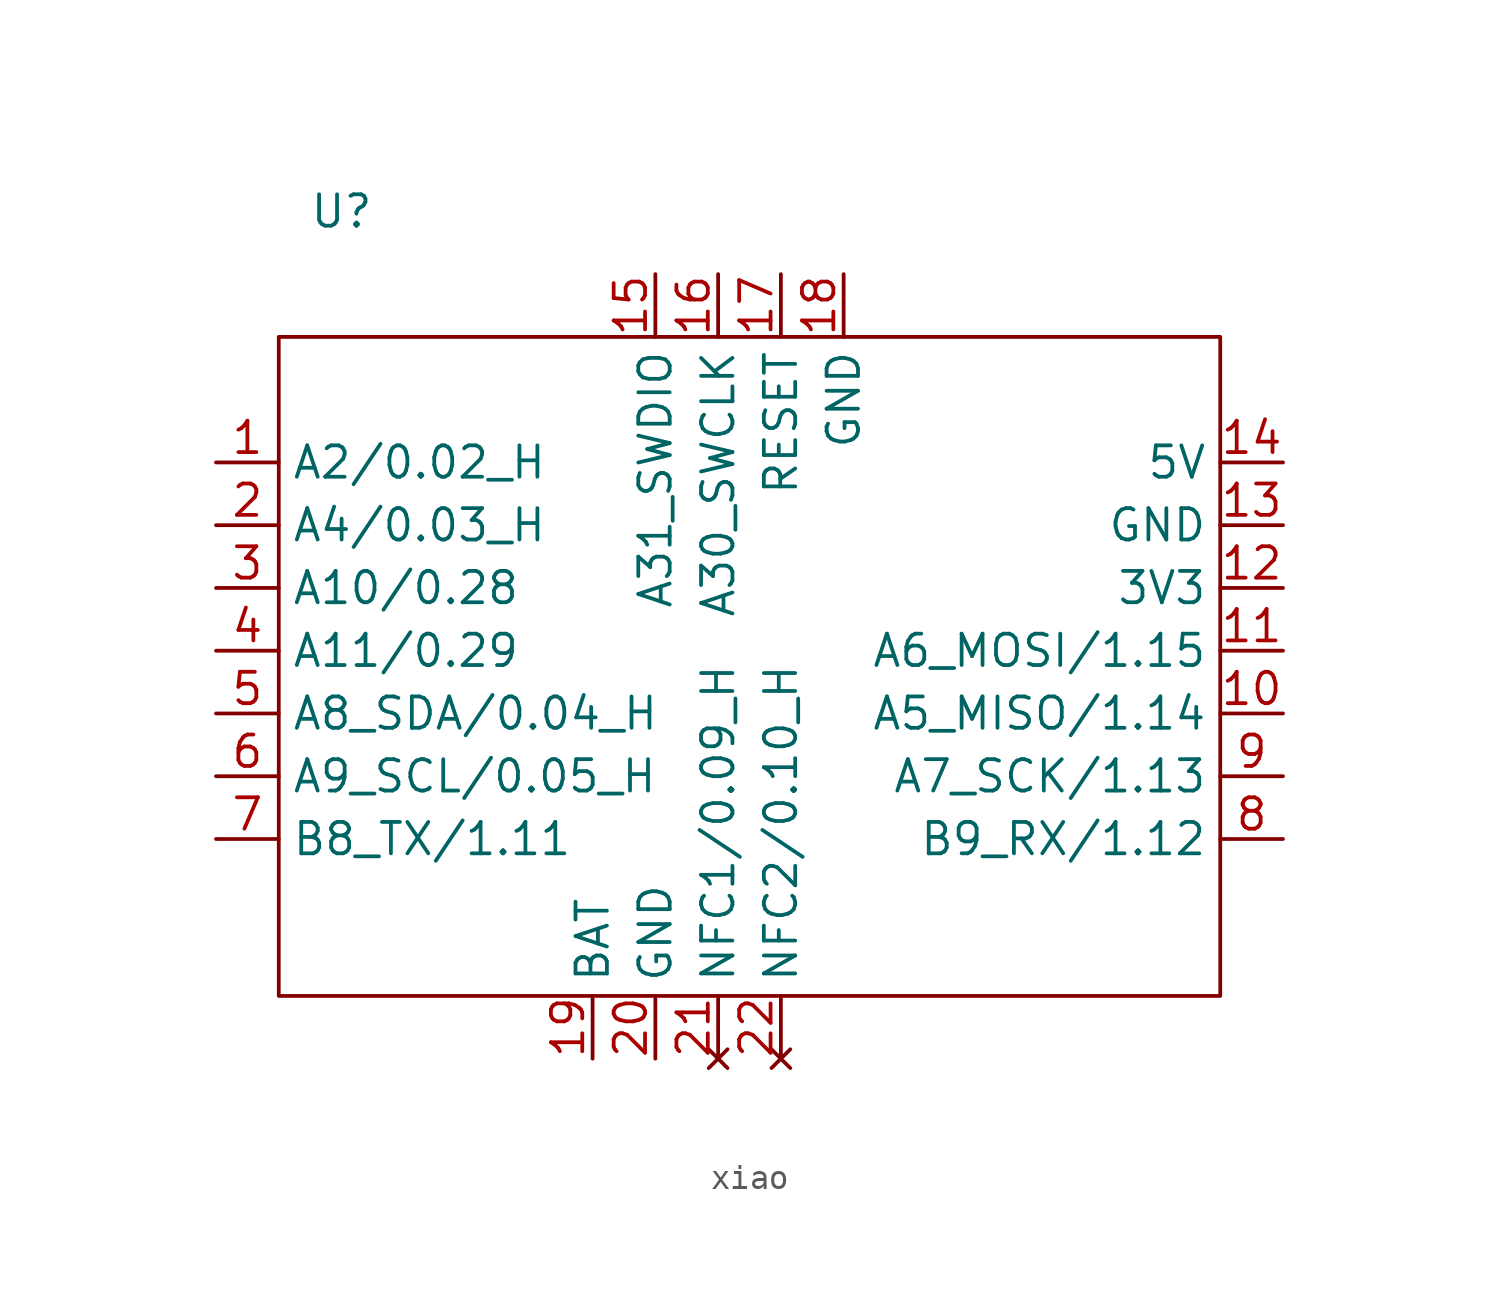
<source format=kicad_sym>
(kicad_symbol_lib
  (version 20241209)
  (generator "kicad_symbol_editor")
  (generator_version "9.0")
  (symbol "xiao"
    (property "Reference" "U"
      (at 0 0 0)
      (effects (font (size 1.27 1.27))))
    (property "Value" ""
      (at 0 0 0)
      (effects (font (size 1.27 1.27))))
    (symbol "xiao_0_1"
      (rectangle (start -2.54 -5.08) (end 35.56 -31.75) (stroke (width 0) (type default)) (fill (type none))))
    (symbol "xiao_1_1"
      (pin bidirectional line (at -5.08 -10.16 0) (length 2.54) (name "A2/0.02_H" (effects (font (size 1.27 1.27)))) (number "1" (effects (font (size 1.27 1.27)))))
      (pin bidirectional line (at -5.08 -12.7 0) (length 2.54) (name "A4/0.03_H" (effects (font (size 1.27 1.27)))) (number "2" (effects (font (size 1.27 1.27)))))
      (pin bidirectional line (at -5.08 -15.24 0) (length 2.54) (name "A10/0.28" (effects (font (size 1.27 1.27)))) (number "3" (effects (font (size 1.27 1.27)))))
      (pin bidirectional line (at -5.08 -17.78 0) (length 2.54) (name "A11/0.29" (effects (font (size 1.27 1.27)))) (number "4" (effects (font (size 1.27 1.27)))))
      (pin bidirectional line (at -5.08 -20.32 0) (length 2.54) (name "A8_SDA/0.04_H" (effects (font (size 1.27 1.27)))) (number "5" (effects (font (size 1.27 1.27)))))
      (pin bidirectional line (at -5.08 -22.86 0) (length 2.54) (name "A9_SCL/0.05_H" (effects (font (size 1.27 1.27)))) (number "6" (effects (font (size 1.27 1.27)))))
      (pin bidirectional line (at -5.08 -25.4 0) (length 2.54) (name "B8_TX/1.11" (effects (font (size 1.27 1.27)))) (number "7" (effects (font (size 1.27 1.27)))))
      (pin bidirectional line (at 10.16 -34.29 90) (length 2.54) (name "BAT" (effects (font (size 1.27 1.27)))) (number "19" (effects (font (size 1.27 1.27)))))
      (pin input line (at 12.7 -2.54 270) (length 2.54) (name "A31_SWDIO" (effects (font (size 1.27 1.27)))) (number "15" (effects (font (size 1.27 1.27)))))
      (pin power_out line (at 12.7 -34.29 90) (length 2.54) (name "GND" (effects (font (size 1.27 1.27)))) (number "20" (effects (font (size 1.27 1.27)))))
      (pin input line (at 15.24 -2.54 270) (length 2.54) (name "A30_SWCLK" (effects (font (size 1.27 1.27)))) (number "16" (effects (font (size 1.27 1.27)))))
      (pin no_connect line (at 15.24 -34.29 90) (length 2.54) (name "NFC1/0.09_H" (effects (font (size 1.27 1.27)))) (number "21" (effects (font (size 1.27 1.27)))))
      (pin input line (at 17.78 -2.54 270) (length 2.54) (name "RESET" (effects (font (size 1.27 1.27)))) (number "17" (effects (font (size 1.27 1.27)))))
      (pin no_connect line (at 17.78 -34.29 90) (length 2.54) (name "NFC2/0.10_H" (effects (font (size 1.27 1.27)))) (number "22" (effects (font (size 1.27 1.27)))))
      (pin power_out line (at 20.32 -2.54 270) (length 2.54) (name "GND" (effects (font (size 1.27 1.27)))) (number "18" (effects (font (size 1.27 1.27)))))
      (pin power_out line (at 38.1 -10.16 180) (length 2.54) (name "5V" (effects (font (size 1.27 1.27)))) (number "14" (effects (font (size 1.27 1.27)))))
      (pin power_out line (at 38.1 -12.7 180) (length 2.54) (name "GND" (effects (font (size 1.27 1.27)))) (number "13" (effects (font (size 1.27 1.27)))))
      (pin power_out line (at 38.1 -15.24 180) (length 2.54) (name "3V3" (effects (font (size 1.27 1.27)))) (number "12" (effects (font (size 1.27 1.27)))))
      (pin bidirectional line (at 38.1 -17.78 180) (length 2.54) (name "A6_MOSI/1.15" (effects (font (size 1.27 1.27)))) (number "11" (effects (font (size 1.27 1.27)))))
      (pin bidirectional line (at 38.1 -20.32 180) (length 2.54) (name "A5_MISO/1.14" (effects (font (size 1.27 1.27)))) (number "10" (effects (font (size 1.27 1.27)))))
      (pin bidirectional line (at 38.1 -22.86 180) (length 2.54) (name "A7_SCK/1.13" (effects (font (size 1.27 1.27)))) (number "9" (effects (font (size 1.27 1.27)))))
      (pin bidirectional line (at 38.1 -25.4 180) (length 2.54) (name "B9_RX/1.12" (effects (font (size 1.27 1.27)))) (number "8" (effects (font (size 1.27 1.27))))))))
</source>
